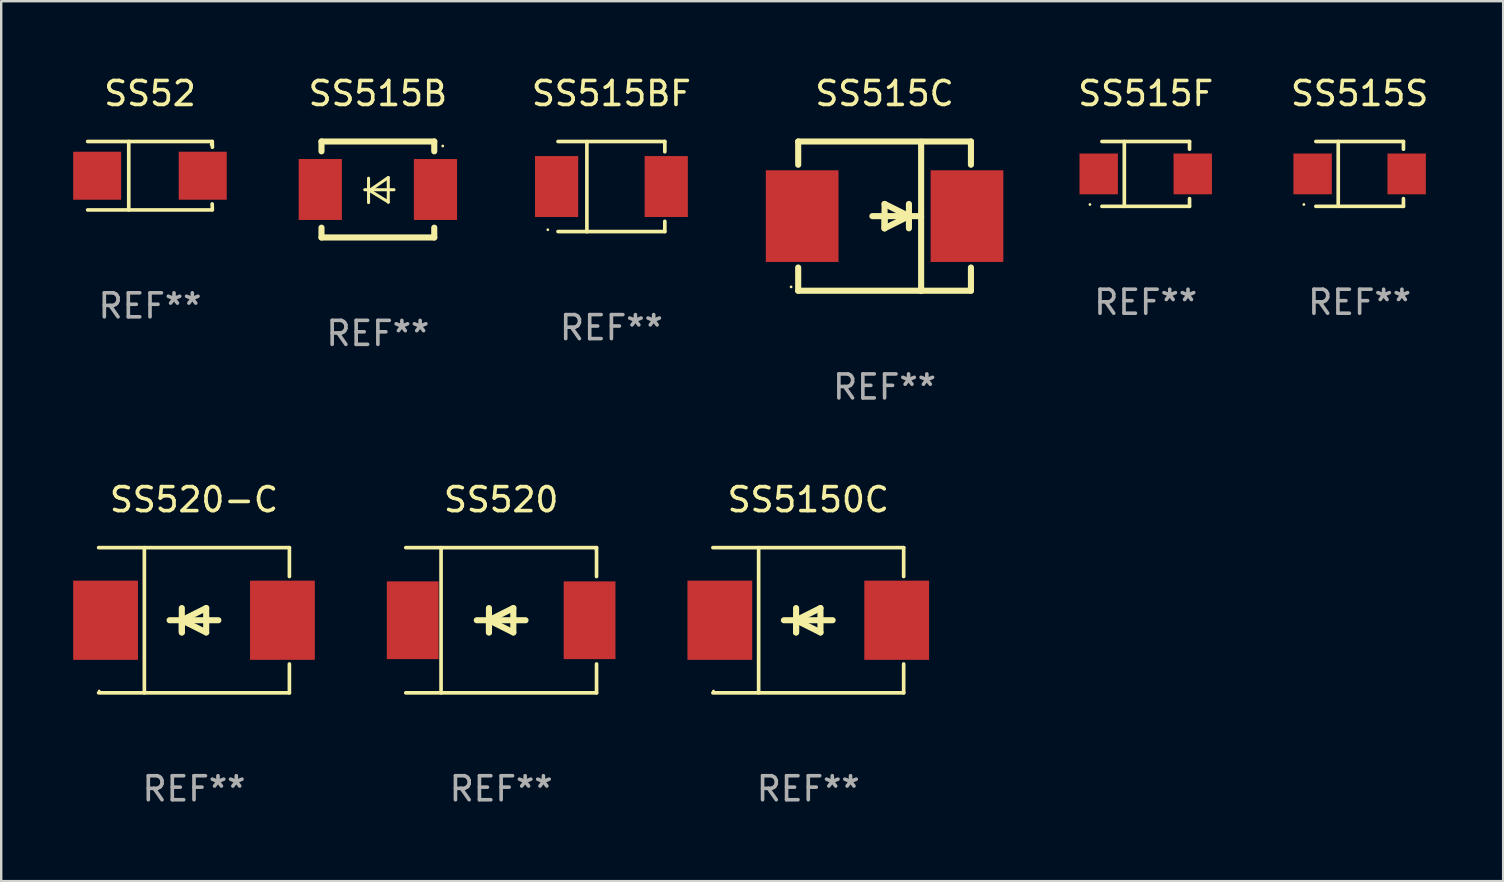
<source format=kicad_pcb>
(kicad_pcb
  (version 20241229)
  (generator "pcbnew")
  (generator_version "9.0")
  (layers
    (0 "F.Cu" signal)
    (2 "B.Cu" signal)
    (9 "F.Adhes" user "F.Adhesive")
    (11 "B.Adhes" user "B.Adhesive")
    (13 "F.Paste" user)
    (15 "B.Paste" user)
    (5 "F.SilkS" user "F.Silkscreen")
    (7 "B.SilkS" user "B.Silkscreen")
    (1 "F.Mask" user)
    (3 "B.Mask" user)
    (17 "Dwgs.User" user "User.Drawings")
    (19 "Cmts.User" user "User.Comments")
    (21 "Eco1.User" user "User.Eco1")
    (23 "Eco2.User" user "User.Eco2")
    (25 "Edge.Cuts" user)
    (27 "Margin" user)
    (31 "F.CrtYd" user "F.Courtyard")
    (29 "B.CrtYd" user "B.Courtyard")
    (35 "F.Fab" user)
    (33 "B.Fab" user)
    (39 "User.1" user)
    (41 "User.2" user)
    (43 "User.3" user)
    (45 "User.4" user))
  (footprint "SS515BF"
    (layer "F.Cu")
    (at 22.434 4.728)
    (property "Reference" "SS515BF" (at 0 -3.88 0) (layer "F.SilkS") (effects (font (size 1 1) (thickness 0.15))))
    (attr through_hole)
    (fp_line (start -2.226 -1.88) (end 2.226 -1.88) (stroke (width 0.152) (type solid)) (layer "F.SilkS"))
    (fp_line (start -2.226 1.873) (end 2.226 1.873) (stroke (width 0.152) (type solid)) (layer "F.SilkS"))
    (fp_line (start -1.022 -1.873) (end -1.022 1.88) (stroke (width 0.152) (type solid)) (layer "F.SilkS"))
    (fp_line (start 2.226 -1.88) (end 2.226 -1.453) (stroke (width 0.152) (type solid)) (layer "F.SilkS"))
    (fp_line (start 2.226 1.447) (end 2.226 1.873) (stroke (width 0.152) (type solid)) (layer "F.SilkS"))
    (fp_circle (center -2.65 1.797) (end -2.62 1.797) (stroke (width 0.06) (type solid)) (fill no) (layer "F.SilkS"))
    (fp_text user "REF**" (at 0 5.88 0) (layer "F.Fab") (effects (font (size 1 1) (thickness 0.15))))
    (pad "1" smd rect (at -2.285 -0.003) (size 1.8 2.54) (layers "F.Cu" "F.Mask" "F.Paste"))
    (pad "2" smd rect (at 2.285 -0.003) (size 1.8 2.54) (layers "F.Cu" "F.Mask" "F.Paste")))
  (footprint "SS5150C"
    (layer "F.Cu")
    (at 30.639 22.802)
    (property "Reference" "SS5150C" (at 0 -5.026 0) (layer "F.SilkS") (effects (font (size 1 1) (thickness 0.15))))
    (attr through_hole)
    (fp_line (start -3.976 -3.026) (end 3.976 -3.026) (stroke (width 0.152) (type solid)) (layer "F.SilkS"))
    (fp_line (start -3.976 3.026) (end 3.976 3.026) (stroke (width 0.152) (type solid)) (layer "F.SilkS"))
    (fp_line (start -2.069 -3.026) (end -2.069 3.026) (stroke (width 0.152) (type solid)) (layer "F.SilkS"))
    (fp_line (start -0.508 0) (end -0.508 0.508) (stroke (width 0.254) (type solid)) (layer "F.SilkS"))
    (fp_line (start -0.508 0) (end 0.508 0.508) (stroke (width 0.254) (type solid)) (layer "F.SilkS"))
    (fp_line (start -0.508 0.508) (end -0.508 -0.508) (stroke (width 0.254) (type solid)) (layer "F.SilkS"))
    (fp_line (start 0.508 -0.508) (end -0.508 0) (stroke (width 0.254) (type solid)) (layer "F.SilkS"))
    (fp_line (start 0.508 0.508) (end 0.508 -0.508) (stroke (width 0.254) (type solid)) (layer "F.SilkS"))
    (fp_line (start 1.016 0) (end -1.016 0) (stroke (width 0.254) (type solid)) (layer "F.SilkS"))
    (fp_line (start 3.976 -3.026) (end 3.976 -1.823) (stroke (width 0.152) (type solid)) (layer "F.SilkS"))
    (fp_line (start 3.976 3.026) (end 3.976 1.823) (stroke (width 0.152) (type solid)) (layer "F.SilkS"))
    (fp_circle (center -3.95 2.95) (end -3.92 2.95) (stroke (width 0.06) (type solid)) (fill no) (layer "F.SilkS"))
    (fp_text user "REF**" (at 0 7.026 0) (layer "F.Fab") (effects (font (size 1 1) (thickness 0.15))))
    (pad "1" smd rect (at -3.686 0) (size 2.7 3.3) (layers "F.Cu" "F.Mask" "F.Paste"))
    (pad "2" smd rect (at 3.686 0) (size 2.7 3.3) (layers "F.Cu" "F.Mask" "F.Paste")))
  (footprint "SS515S"
    (layer "F.Cu")
    (at 53.62 4.199)
    (property "Reference" "SS515S" (at 0 -3.351 0) (layer "F.SilkS") (effects (font (size 1 1) (thickness 0.15))))
    (attr through_hole)
    (fp_line (start -1.826 -1.351) (end 1.826 -1.351) (stroke (width 0.152) (type solid)) (layer "F.SilkS"))
    (fp_line (start -1.826 1.351) (end 1.826 1.351) (stroke (width 0.152) (type solid)) (layer "F.SilkS"))
    (fp_line (start -0.892 -1.351) (end -0.892 1.351) (stroke (width 0.152) (type solid)) (layer "F.SilkS"))
    (fp_line (start 1.826 -1.351) (end 1.826 -1.03) (stroke (width 0.152) (type solid)) (layer "F.SilkS"))
    (fp_line (start 1.826 1.03) (end 1.826 1.351) (stroke (width 0.152) (type solid)) (layer "F.SilkS"))
    (fp_circle (center -2.325 1.275) (end -2.295 1.275) (stroke (width 0.06) (type solid)) (fill no) (layer "F.SilkS"))
    (fp_text user "REF**" (at 0 5.351 0) (layer "F.Fab") (effects (font (size 1 1) (thickness 0.15))))
    (pad "1" smd rect (at -1.96 0 180) (size 1.6 1.7) (layers "F.Cu" "F.Mask" "F.Paste"))
    (pad "2" smd rect (at 1.96 0 180) (size 1.6 1.7) (layers "F.Cu" "F.Mask" "F.Paste")))
  (footprint "SS515B"
    (layer "F.Cu")
    (at 12.7 4.848)
    (property "Reference" "SS515B" (at 0 -4 0) (layer "F.SilkS") (effects (font (size 1 1) (thickness 0.15))))
    (attr through_hole)
    (fp_line (start -2.35 -2) (end -2.35 -1.591) (stroke (width 0.254) (type solid)) (layer "F.SilkS"))
    (fp_line (start -2.35 -2) (end 2.35 -2) (stroke (width 0.254) (type solid)) (layer "F.SilkS"))
    (fp_line (start -2.35 1.591) (end -2.35 2) (stroke (width 0.254) (type solid)) (layer "F.SilkS"))
    (fp_line (start -2.35 2) (end 2.35 2) (stroke (width 0.254) (type solid)) (layer "F.SilkS"))
    (fp_line (start -0.548 0.01) (end 0.671 0.01) (stroke (width 0.127) (type solid)) (layer "F.SilkS"))
    (fp_line (start -0.389 -0.47) (end -0.389 0.546) (stroke (width 0.127) (type solid)) (layer "F.SilkS"))
    (fp_line (start -0.35 0.04) (end 0.433 0.52) (stroke (width 0.127) (type solid)) (layer "F.SilkS"))
    (fp_line (start 0.433 -0.5) (end -0.35 0.04) (stroke (width 0.127) (type solid)) (layer "F.SilkS"))
    (fp_line (start 0.433 0.53) (end 0.433 -0.486) (stroke (width 0.127) (type solid)) (layer "F.SilkS"))
    (fp_line (start 2.35 -2) (end 2.35 -1.591) (stroke (width 0.254) (type solid)) (layer "F.SilkS"))
    (fp_line (start 2.35 1.591) (end 2.35 2) (stroke (width 0.254) (type solid)) (layer "F.SilkS"))
    (fp_circle (center 2.704 -1.813) (end 2.734 -1.813) (stroke (width 0.06) (type solid)) (fill no) (layer "F.SilkS"))
    (fp_text user "REF**" (at 0 6 0) (layer "F.Fab") (effects (font (size 1 1) (thickness 0.15))))
    (pad "1" smd rect (at 2.4 0) (size 1.8 2.54) (layers "F.Cu" "F.Mask" "F.Paste"))
    (pad "2" smd rect (at -2.4 0) (size 1.8 2.54) (layers "F.Cu" "F.Mask" "F.Paste")))
  (footprint "SS515F"
    (layer "F.Cu")
    (at 44.704 4.199)
    (property "Reference" "SS515F" (at 0 -3.351 0) (layer "F.SilkS") (effects (font (size 1 1) (thickness 0.15))))
    (attr through_hole)
    (fp_line (start -1.826 -1.351) (end 1.826 -1.351) (stroke (width 0.152) (type solid)) (layer "F.SilkS"))
    (fp_line (start -1.826 1.351) (end 1.826 1.351) (stroke (width 0.152) (type solid)) (layer "F.SilkS"))
    (fp_line (start -0.892 -1.351) (end -0.892 1.351) (stroke (width 0.152) (type solid)) (layer "F.SilkS"))
    (fp_line (start 1.826 -1.351) (end 1.826 -1.03) (stroke (width 0.152) (type solid)) (layer "F.SilkS"))
    (fp_line (start 1.826 1.03) (end 1.826 1.351) (stroke (width 0.152) (type solid)) (layer "F.SilkS"))
    (fp_circle (center -2.325 1.275) (end -2.295 1.275) (stroke (width 0.06) (type solid)) (fill no) (layer "F.SilkS"))
    (fp_text user "REF**" (at 0 5.351 0) (layer "F.Fab") (effects (font (size 1 1) (thickness 0.15))))
    (pad "1" smd rect (at -1.96 0 180) (size 1.6 1.7) (layers "F.Cu" "F.Mask" "F.Paste"))
    (pad "2" smd rect (at 1.96 0 180) (size 1.6 1.7) (layers "F.Cu" "F.Mask" "F.Paste")))
  (footprint "SS52"
    (layer "F.Cu")
    (at 3.203 4.274)
    (property "Reference" "SS52" (at 0 -3.426 0) (layer "F.SilkS") (effects (font (size 1 1) (thickness 0.15))))
    (attr through_hole)
    (fp_line (start -2.6 -1.426) (end 2.593 -1.426) (stroke (width 0.152) (type solid)) (layer "F.SilkS"))
    (fp_line (start -2.6 1.426) (end 2.593 1.426) (stroke (width 0.152) (type solid)) (layer "F.SilkS"))
    (fp_line (start -0.887 -1.426) (end -0.887 1.426) (stroke (width 0.152) (type solid)) (layer "F.SilkS"))
    (fp_line (start 2.59 1.176) (end 2.597 1.415) (stroke (width 0.152) (type solid)) (layer "F.SilkS"))
    (fp_line (start 2.593 -1.426) (end 2.6 -1.187) (stroke (width 0.152) (type solid)) (layer "F.SilkS"))
    (fp_circle (center 2.547 -1.3) (end 2.577 -1.3) (stroke (width 0.06) (type solid)) (fill no) (layer "F.SilkS"))
    (fp_text user "REF**" (at 0 5.426 0) (layer "F.Fab") (effects (font (size 1 1) (thickness 0.15))))
    (pad "1" smd rect (at 2.197 -0.000025 180) (size 2 2) (layers "F.Cu" "F.Mask" "F.Paste"))
    (pad "2" smd rect (at -2.203 -0.000025 180) (size 2 2) (layers "F.Cu" "F.Mask" "F.Paste")))
  (footprint "SS515C"
    (layer "F.Cu")
    (at 33.819 5.964)
    (property "Reference" "SS515C" (at 0 -5.116 0) (layer "F.SilkS") (effects (font (size 1 1) (thickness 0.15))))
    (attr through_hole)
    (fp_line (start -3.6 -3.116) (end -3.6 -2.147) (stroke (width 0.254) (type solid)) (layer "F.SilkS"))
    (fp_line (start -3.6 -3.116) (end 3.6 -3.116) (stroke (width 0.254) (type solid)) (layer "F.SilkS"))
    (fp_line (start -3.6 2.136) (end -3.6 3.104) (stroke (width 0.254) (type solid)) (layer "F.SilkS"))
    (fp_line (start -3.6 3.104) (end 3.6 3.104) (stroke (width 0.254) (type solid)) (layer "F.SilkS"))
    (fp_line (start -0.508 -0.006) (end 1.524 -0.006) (stroke (width 0.254) (type solid)) (layer "F.SilkS"))
    (fp_line (start 0 -0.514) (end 1.016 -0.006) (stroke (width 0.254) (type solid)) (layer "F.SilkS"))
    (fp_line (start 0 -0.006) (end 0 0.502) (stroke (width 0.254) (type solid)) (layer "F.SilkS"))
    (fp_line (start 0 0.502) (end 0 -0.514) (stroke (width 0.254) (type solid)) (layer "F.SilkS"))
    (fp_line (start 1.016 -0.006) (end 0 0.502) (stroke (width 0.254) (type solid)) (layer "F.SilkS"))
    (fp_line (start 1.016 0.502) (end 1.016 -0.514) (stroke (width 0.254) (type solid)) (layer "F.SilkS"))
    (fp_line (start 1.524 -3.104) (end 1.524 3.116) (stroke (width 0.254) (type solid)) (layer "F.SilkS"))
    (fp_line (start 3.6 -3.116) (end 3.6 -2.147) (stroke (width 0.254) (type solid)) (layer "F.SilkS"))
    (fp_line (start 3.6 2.136) (end 3.6 3.104) (stroke (width 0.254) (type solid)) (layer "F.SilkS"))
    (fp_circle (center -3.896 2.944) (end -3.866 2.944) (stroke (width 0.06) (type solid)) (fill no) (layer "F.SilkS"))
    (fp_text user "REF**" (at 0 7.116 0) (layer "F.Fab") (effects (font (size 1 1) (thickness 0.15))))
    (pad "1" smd rect (at -3.435 -0.006 180) (size 3.03 3.82) (layers "F.Cu" "F.Mask" "F.Paste"))
    (pad "2" smd rect (at 3.435 -0.006 180) (size 3.03 3.82) (layers "F.Cu" "F.Mask" "F.Paste")))
  (footprint "SS520-C"
    (layer "F.Cu")
    (at 5.036 22.802)
    (property "Reference" "SS520-C" (at 0 -5.026 0) (layer "F.SilkS") (effects (font (size 1 1) (thickness 0.15))))
    (attr through_hole)
    (fp_line (start -3.976 -3.026) (end 3.976 -3.026) (stroke (width 0.152) (type solid)) (layer "F.SilkS"))
    (fp_line (start -3.976 3.026) (end 3.976 3.026) (stroke (width 0.152) (type solid)) (layer "F.SilkS"))
    (fp_line (start -2.069 -3.026) (end -2.069 3.026) (stroke (width 0.152) (type solid)) (layer "F.SilkS"))
    (fp_line (start -0.508 0) (end -0.508 0.508) (stroke (width 0.254) (type solid)) (layer "F.SilkS"))
    (fp_line (start -0.508 0) (end 0.508 0.508) (stroke (width 0.254) (type solid)) (layer "F.SilkS"))
    (fp_line (start -0.508 0.508) (end -0.508 -0.508) (stroke (width 0.254) (type solid)) (layer "F.SilkS"))
    (fp_line (start 0.508 -0.508) (end -0.508 0) (stroke (width 0.254) (type solid)) (layer "F.SilkS"))
    (fp_line (start 0.508 0.508) (end 0.508 -0.508) (stroke (width 0.254) (type solid)) (layer "F.SilkS"))
    (fp_line (start 1.016 0) (end -1.016 0) (stroke (width 0.254) (type solid)) (layer "F.SilkS"))
    (fp_line (start 3.976 -3.026) (end 3.976 -1.823) (stroke (width 0.152) (type solid)) (layer "F.SilkS"))
    (fp_line (start 3.976 3.026) (end 3.976 1.823) (stroke (width 0.152) (type solid)) (layer "F.SilkS"))
    (fp_circle (center -3.95 2.95) (end -3.92 2.95) (stroke (width 0.06) (type solid)) (fill no) (layer "F.SilkS"))
    (fp_text user "REF**" (at 0 7.026 0) (layer "F.Fab") (effects (font (size 1 1) (thickness 0.15))))
    (pad "1" smd rect (at -3.686 0) (size 2.7 3.3) (layers "F.Cu" "F.Mask" "F.Paste"))
    (pad "2" smd rect (at 3.686 0) (size 2.7 3.3) (layers "F.Cu" "F.Mask" "F.Paste")))
  (footprint "SS520"
    (layer "F.Cu")
    (at 17.838 22.802)
    (property "Reference" "SS520" (at 0 -5.026 0) (layer "F.SilkS") (effects (font (size 1 1) (thickness 0.15))))
    (attr through_hole)
    (fp_line (start -3.976 -3.026) (end 3.976 -3.026) (stroke (width 0.152) (type solid)) (layer "F.SilkS"))
    (fp_line (start -3.976 3.026) (end 3.976 3.026) (stroke (width 0.152) (type solid)) (layer "F.SilkS"))
    (fp_line (start -2.504 -3.026) (end -2.504 3.026) (stroke (width 0.152) (type solid)) (layer "F.SilkS"))
    (fp_line (start -0.508 0) (end -0.508 0.508) (stroke (width 0.254) (type solid)) (layer "F.SilkS"))
    (fp_line (start -0.508 0) (end 0.508 0.508) (stroke (width 0.254) (type solid)) (layer "F.SilkS"))
    (fp_line (start -0.508 0.508) (end -0.508 -0.508) (stroke (width 0.254) (type solid)) (layer "F.SilkS"))
    (fp_line (start 0.508 -0.508) (end -0.508 0) (stroke (width 0.254) (type solid)) (layer "F.SilkS"))
    (fp_line (start 0.508 0.508) (end 0.508 -0.508) (stroke (width 0.254) (type solid)) (layer "F.SilkS"))
    (fp_line (start 1.016 0) (end -1.016 0) (stroke (width 0.254) (type solid)) (layer "F.SilkS"))
    (fp_line (start 3.976 -3.026) (end 3.976 -1.823) (stroke (width 0.152) (type solid)) (layer "F.SilkS"))
    (fp_line (start 3.976 3.026) (end 3.976 1.823) (stroke (width 0.152) (type solid)) (layer "F.SilkS"))
    (fp_circle (center 3.95 -2.95) (end 3.98 -2.95) (stroke (width 0.06) (type solid)) (fill no) (layer "F.SilkS"))
    (fp_text user "REF**" (at 0 7.026 0) (layer "F.Fab") (effects (font (size 1 1) (thickness 0.15))))
    (pad "1" smd rect (at 3.686 0 180) (size 2.158 3.24) (layers "F.Cu" "F.Mask" "F.Paste"))
    (pad "2" smd rect (at -3.686 0 180) (size 2.158 3.24) (layers "F.Cu" "F.Mask" "F.Paste")))
  (gr_rect
    (start -3 -3)
    (end 59.602 33.677)
    (stroke (width 0.1) (type default))
    (fill no)
    (layer "Edge.Cuts")))
</source>
